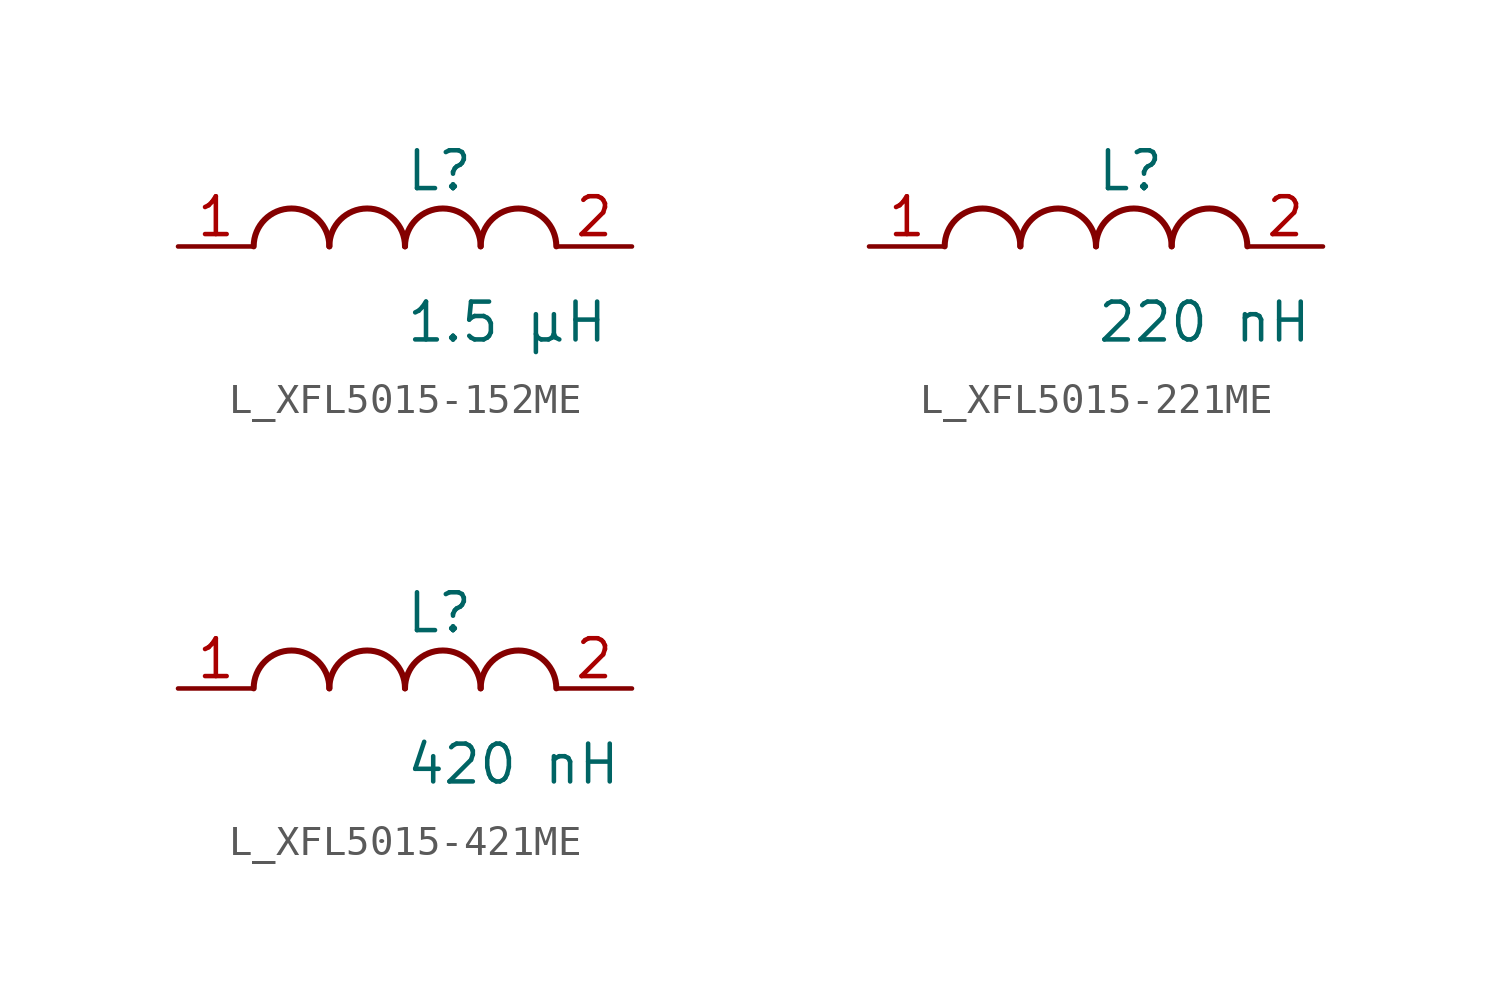
<source format=kicad_sym>
(kicad_symbol_lib
  (version 20231120)
  (generator kicad_symbol_editor)
  (generator_version 8.0)
  (symbol "L_XFL5015-152ME"
    (pin_names
      (offset 0.254))
    (property "Reference" "L"
      (at 0.0 2.54 0)
      (effects (font (size 1.27 1.27)) (justify left)))
    (property "Value" "1.5 µH"
      (at 0.0 -2.54 0)
      (effects (font (size 1.27 1.27)) (justify left)))
    (symbol "L_XFL5015-152ME_1_1"
      (arc (start -2.54 0.0056) (mid -3.81 1.27) (end -5.08 0.0056) (stroke (width 0.2032) (type default)) (fill (type none)))
      (arc (start 0 0.0056) (mid -1.27 1.27) (end -2.54 0.0056) (stroke (width 0.2032) (type default)) (fill (type none)))
      (arc (start 2.54 0.0056) (mid 1.27 1.27) (end 0 0.0056) (stroke (width 0.2032) (type default)) (fill (type none)))
      (arc (start 5.08 0.0056) (mid 3.81 1.27) (end 2.54 0.0056) (stroke (width 0.2032) (type default)) (fill (type none)))
      (pin unspecified line (at -7.62 0 0) (length 2.54) (name "" (effects (font (size 1.27 1.27)))) (number "1" (effects (font (size 1.27 1.27)))))
      (pin unspecified line (at 7.62 0 180) (length 2.54) (name "" (effects (font (size 1.27 1.27)))) (number "2" (effects (font (size 1.27 1.27)))))))
  (symbol "L_XFL5015-221ME"
    (pin_names
      (offset 0.254))
    (property "Reference" "L"
      (at 0.0 2.54 0)
      (effects (font (size 1.27 1.27)) (justify left)))
    (property "Value" "220 nH"
      (at 0.0 -2.54 0)
      (effects (font (size 1.27 1.27)) (justify left)))
    (symbol "L_XFL5015-221ME_1_1"
      (arc (start -2.54 0.0056) (mid -3.81 1.27) (end -5.08 0.0056) (stroke (width 0.2032) (type default)) (fill (type none)))
      (arc (start 0 0.0056) (mid -1.27 1.27) (end -2.54 0.0056) (stroke (width 0.2032) (type default)) (fill (type none)))
      (arc (start 2.54 0.0056) (mid 1.27 1.27) (end 0 0.0056) (stroke (width 0.2032) (type default)) (fill (type none)))
      (arc (start 5.08 0.0056) (mid 3.81 1.27) (end 2.54 0.0056) (stroke (width 0.2032) (type default)) (fill (type none)))
      (pin unspecified line (at -7.62 0 0) (length 2.54) (name "" (effects (font (size 1.27 1.27)))) (number "1" (effects (font (size 1.27 1.27)))))
      (pin unspecified line (at 7.62 0 180) (length 2.54) (name "" (effects (font (size 1.27 1.27)))) (number "2" (effects (font (size 1.27 1.27)))))))
  (symbol "L_XFL5015-421ME"
    (pin_names
      (offset 0.254))
    (property "Reference" "L"
      (at 0.0 2.54 0)
      (effects (font (size 1.27 1.27)) (justify left)))
    (property "Value" "420 nH"
      (at 0.0 -2.54 0)
      (effects (font (size 1.27 1.27)) (justify left)))
    (symbol "L_XFL5015-421ME_1_1"
      (arc (start -2.54 0.0056) (mid -3.81 1.27) (end -5.08 0.0056) (stroke (width 0.2032) (type default)) (fill (type none)))
      (arc (start 0 0.0056) (mid -1.27 1.27) (end -2.54 0.0056) (stroke (width 0.2032) (type default)) (fill (type none)))
      (arc (start 2.54 0.0056) (mid 1.27 1.27) (end 0 0.0056) (stroke (width 0.2032) (type default)) (fill (type none)))
      (arc (start 5.08 0.0056) (mid 3.81 1.27) (end 2.54 0.0056) (stroke (width 0.2032) (type default)) (fill (type none)))
      (pin unspecified line (at -7.62 0 0) (length 2.54) (name "" (effects (font (size 1.27 1.27)))) (number "1" (effects (font (size 1.27 1.27)))))
      (pin unspecified line (at 7.62 0 180) (length 2.54) (name "" (effects (font (size 1.27 1.27)))) (number "2" (effects (font (size 1.27 1.27))))))))
</source>
